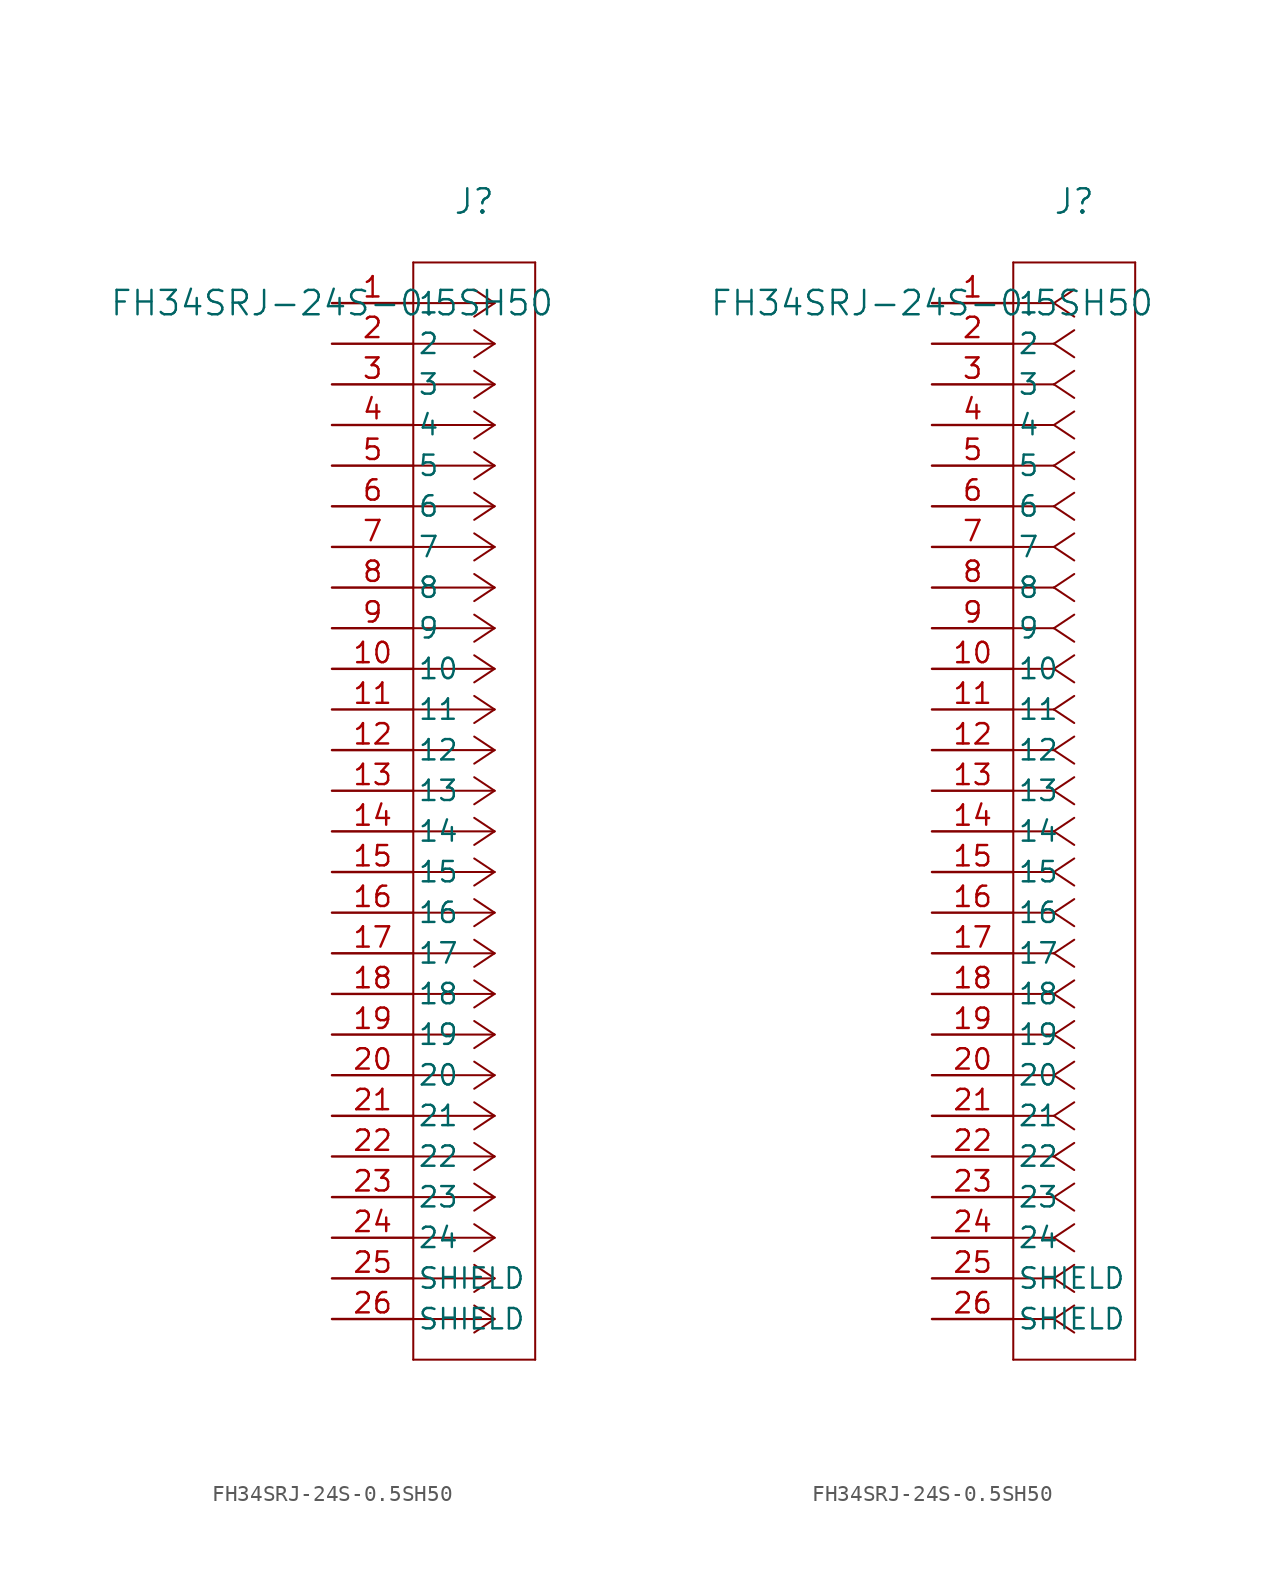
<source format=kicad_sym>
(kicad_symbol_lib
  (version 20211014)
  (generator kicad_symbol_editor)
  (symbol "FH34SRJ-24S-0.5SH50"
    (pin_names
      (offset 0.254))
    (property "Reference" "J"
      (at 8.89 6.35 0)
      (effects (font (size 1.524 1.524))))
    (property "Value" "FH34SRJ-24S-0.5SH50"
      (at 0 0 0)
      (effects (font (size 1.524 1.524))))
    (symbol "FH34SRJ-24S-0.5SH50_1_1"
      (polyline (pts (xy 10.16 0) (xy 5.08 0)) (stroke (width 0.127) (type default) (color 0 0 0 0)) (fill (type none)))
      (polyline (pts (xy 10.16 -2.54) (xy 5.08 -2.54)) (stroke (width 0.127) (type default) (color 0 0 0 0)) (fill (type none)))
      (polyline (pts (xy 10.16 -5.08) (xy 5.08 -5.08)) (stroke (width 0.127) (type default) (color 0 0 0 0)) (fill (type none)))
      (polyline (pts (xy 10.16 -7.62) (xy 5.08 -7.62)) (stroke (width 0.127) (type default) (color 0 0 0 0)) (fill (type none)))
      (polyline (pts (xy 10.16 -10.16) (xy 5.08 -10.16)) (stroke (width 0.127) (type default) (color 0 0 0 0)) (fill (type none)))
      (polyline (pts (xy 10.16 -12.7) (xy 5.08 -12.7)) (stroke (width 0.127) (type default) (color 0 0 0 0)) (fill (type none)))
      (polyline (pts (xy 10.16 -15.24) (xy 5.08 -15.24)) (stroke (width 0.127) (type default) (color 0 0 0 0)) (fill (type none)))
      (polyline (pts (xy 10.16 -17.78) (xy 5.08 -17.78)) (stroke (width 0.127) (type default) (color 0 0 0 0)) (fill (type none)))
      (polyline (pts (xy 10.16 -20.32) (xy 5.08 -20.32)) (stroke (width 0.127) (type default) (color 0 0 0 0)) (fill (type none)))
      (polyline (pts (xy 10.16 -22.86) (xy 5.08 -22.86)) (stroke (width 0.127) (type default) (color 0 0 0 0)) (fill (type none)))
      (polyline (pts (xy 10.16 -25.4) (xy 5.08 -25.4)) (stroke (width 0.127) (type default) (color 0 0 0 0)) (fill (type none)))
      (polyline (pts (xy 10.16 -27.94) (xy 5.08 -27.94)) (stroke (width 0.127) (type default) (color 0 0 0 0)) (fill (type none)))
      (polyline (pts (xy 10.16 -30.48) (xy 5.08 -30.48)) (stroke (width 0.127) (type default) (color 0 0 0 0)) (fill (type none)))
      (polyline (pts (xy 10.16 -33.02) (xy 5.08 -33.02)) (stroke (width 0.127) (type default) (color 0 0 0 0)) (fill (type none)))
      (polyline (pts (xy 10.16 -35.56) (xy 5.08 -35.56)) (stroke (width 0.127) (type default) (color 0 0 0 0)) (fill (type none)))
      (polyline (pts (xy 10.16 -38.1) (xy 5.08 -38.1)) (stroke (width 0.127) (type default) (color 0 0 0 0)) (fill (type none)))
      (polyline (pts (xy 10.16 -40.64) (xy 5.08 -40.64)) (stroke (width 0.127) (type default) (color 0 0 0 0)) (fill (type none)))
      (polyline (pts (xy 10.16 -43.18) (xy 5.08 -43.18)) (stroke (width 0.127) (type default) (color 0 0 0 0)) (fill (type none)))
      (polyline (pts (xy 10.16 -45.72) (xy 5.08 -45.72)) (stroke (width 0.127) (type default) (color 0 0 0 0)) (fill (type none)))
      (polyline (pts (xy 10.16 -48.26) (xy 5.08 -48.26)) (stroke (width 0.127) (type default) (color 0 0 0 0)) (fill (type none)))
      (polyline (pts (xy 10.16 -50.8) (xy 5.08 -50.8)) (stroke (width 0.127) (type default) (color 0 0 0 0)) (fill (type none)))
      (polyline (pts (xy 10.16 -53.34) (xy 5.08 -53.34)) (stroke (width 0.127) (type default) (color 0 0 0 0)) (fill (type none)))
      (polyline (pts (xy 10.16 -55.88) (xy 5.08 -55.88)) (stroke (width 0.127) (type default) (color 0 0 0 0)) (fill (type none)))
      (polyline (pts (xy 10.16 -58.42) (xy 5.08 -58.42)) (stroke (width 0.127) (type default) (color 0 0 0 0)) (fill (type none)))
      (polyline (pts (xy 10.16 -60.96) (xy 5.08 -60.96)) (stroke (width 0.127) (type default) (color 0 0 0 0)) (fill (type none)))
      (polyline (pts (xy 10.16 -63.5) (xy 5.08 -63.5)) (stroke (width 0.127) (type default) (color 0 0 0 0)) (fill (type none)))
      (polyline (pts (xy 10.16 0) (xy 8.89 0.847)) (stroke (width 0.127) (type default) (color 0 0 0 0)) (fill (type none)))
      (polyline (pts (xy 10.16 -2.54) (xy 8.89 -1.693)) (stroke (width 0.127) (type default) (color 0 0 0 0)) (fill (type none)))
      (polyline (pts (xy 10.16 -5.08) (xy 8.89 -4.233)) (stroke (width 0.127) (type default) (color 0 0 0 0)) (fill (type none)))
      (polyline (pts (xy 10.16 -7.62) (xy 8.89 -6.773)) (stroke (width 0.127) (type default) (color 0 0 0 0)) (fill (type none)))
      (polyline (pts (xy 10.16 -10.16) (xy 8.89 -9.313)) (stroke (width 0.127) (type default) (color 0 0 0 0)) (fill (type none)))
      (polyline (pts (xy 10.16 -12.7) (xy 8.89 -11.853)) (stroke (width 0.127) (type default) (color 0 0 0 0)) (fill (type none)))
      (polyline (pts (xy 10.16 -15.24) (xy 8.89 -14.393)) (stroke (width 0.127) (type default) (color 0 0 0 0)) (fill (type none)))
      (polyline (pts (xy 10.16 -17.78) (xy 8.89 -16.933)) (stroke (width 0.127) (type default) (color 0 0 0 0)) (fill (type none)))
      (polyline (pts (xy 10.16 -20.32) (xy 8.89 -19.473)) (stroke (width 0.127) (type default) (color 0 0 0 0)) (fill (type none)))
      (polyline (pts (xy 10.16 -22.86) (xy 8.89 -22.013)) (stroke (width 0.127) (type default) (color 0 0 0 0)) (fill (type none)))
      (polyline (pts (xy 10.16 -25.4) (xy 8.89 -24.553)) (stroke (width 0.127) (type default) (color 0 0 0 0)) (fill (type none)))
      (polyline (pts (xy 10.16 -27.94) (xy 8.89 -27.093)) (stroke (width 0.127) (type default) (color 0 0 0 0)) (fill (type none)))
      (polyline (pts (xy 10.16 -30.48) (xy 8.89 -29.633)) (stroke (width 0.127) (type default) (color 0 0 0 0)) (fill (type none)))
      (polyline (pts (xy 10.16 -33.02) (xy 8.89 -32.173)) (stroke (width 0.127) (type default) (color 0 0 0 0)) (fill (type none)))
      (polyline (pts (xy 10.16 -35.56) (xy 8.89 -34.713)) (stroke (width 0.127) (type default) (color 0 0 0 0)) (fill (type none)))
      (polyline (pts (xy 10.16 -38.1) (xy 8.89 -37.253)) (stroke (width 0.127) (type default) (color 0 0 0 0)) (fill (type none)))
      (polyline (pts (xy 10.16 -40.64) (xy 8.89 -39.793)) (stroke (width 0.127) (type default) (color 0 0 0 0)) (fill (type none)))
      (polyline (pts (xy 10.16 -43.18) (xy 8.89 -42.333)) (stroke (width 0.127) (type default) (color 0 0 0 0)) (fill (type none)))
      (polyline (pts (xy 10.16 -45.72) (xy 8.89 -44.873)) (stroke (width 0.127) (type default) (color 0 0 0 0)) (fill (type none)))
      (polyline (pts (xy 10.16 -48.26) (xy 8.89 -47.413)) (stroke (width 0.127) (type default) (color 0 0 0 0)) (fill (type none)))
      (polyline (pts (xy 10.16 -50.8) (xy 8.89 -49.953)) (stroke (width 0.127) (type default) (color 0 0 0 0)) (fill (type none)))
      (polyline (pts (xy 10.16 -53.34) (xy 8.89 -52.493)) (stroke (width 0.127) (type default) (color 0 0 0 0)) (fill (type none)))
      (polyline (pts (xy 10.16 -55.88) (xy 8.89 -55.033)) (stroke (width 0.127) (type default) (color 0 0 0 0)) (fill (type none)))
      (polyline (pts (xy 10.16 -58.42) (xy 8.89 -57.573)) (stroke (width 0.127) (type default) (color 0 0 0 0)) (fill (type none)))
      (polyline (pts (xy 10.16 -60.96) (xy 8.89 -60.113)) (stroke (width 0.127) (type default) (color 0 0 0 0)) (fill (type none)))
      (polyline (pts (xy 10.16 -63.5) (xy 8.89 -62.653)) (stroke (width 0.127) (type default) (color 0 0 0 0)) (fill (type none)))
      (polyline (pts (xy 10.16 0) (xy 8.89 -0.847)) (stroke (width 0.127) (type default) (color 0 0 0 0)) (fill (type none)))
      (polyline (pts (xy 10.16 -2.54) (xy 8.89 -3.387)) (stroke (width 0.127) (type default) (color 0 0 0 0)) (fill (type none)))
      (polyline (pts (xy 10.16 -5.08) (xy 8.89 -5.927)) (stroke (width 0.127) (type default) (color 0 0 0 0)) (fill (type none)))
      (polyline (pts (xy 10.16 -7.62) (xy 8.89 -8.467)) (stroke (width 0.127) (type default) (color 0 0 0 0)) (fill (type none)))
      (polyline (pts (xy 10.16 -10.16) (xy 8.89 -11.007)) (stroke (width 0.127) (type default) (color 0 0 0 0)) (fill (type none)))
      (polyline (pts (xy 10.16 -12.7) (xy 8.89 -13.547)) (stroke (width 0.127) (type default) (color 0 0 0 0)) (fill (type none)))
      (polyline (pts (xy 10.16 -15.24) (xy 8.89 -16.087)) (stroke (width 0.127) (type default) (color 0 0 0 0)) (fill (type none)))
      (polyline (pts (xy 10.16 -17.78) (xy 8.89 -18.627)) (stroke (width 0.127) (type default) (color 0 0 0 0)) (fill (type none)))
      (polyline (pts (xy 10.16 -20.32) (xy 8.89 -21.167)) (stroke (width 0.127) (type default) (color 0 0 0 0)) (fill (type none)))
      (polyline (pts (xy 10.16 -22.86) (xy 8.89 -23.707)) (stroke (width 0.127) (type default) (color 0 0 0 0)) (fill (type none)))
      (polyline (pts (xy 10.16 -25.4) (xy 8.89 -26.247)) (stroke (width 0.127) (type default) (color 0 0 0 0)) (fill (type none)))
      (polyline (pts (xy 10.16 -27.94) (xy 8.89 -28.787)) (stroke (width 0.127) (type default) (color 0 0 0 0)) (fill (type none)))
      (polyline (pts (xy 10.16 -30.48) (xy 8.89 -31.327)) (stroke (width 0.127) (type default) (color 0 0 0 0)) (fill (type none)))
      (polyline (pts (xy 10.16 -33.02) (xy 8.89 -33.867)) (stroke (width 0.127) (type default) (color 0 0 0 0)) (fill (type none)))
      (polyline (pts (xy 10.16 -35.56) (xy 8.89 -36.407)) (stroke (width 0.127) (type default) (color 0 0 0 0)) (fill (type none)))
      (polyline (pts (xy 10.16 -38.1) (xy 8.89 -38.947)) (stroke (width 0.127) (type default) (color 0 0 0 0)) (fill (type none)))
      (polyline (pts (xy 10.16 -40.64) (xy 8.89 -41.487)) (stroke (width 0.127) (type default) (color 0 0 0 0)) (fill (type none)))
      (polyline (pts (xy 10.16 -43.18) (xy 8.89 -44.027)) (stroke (width 0.127) (type default) (color 0 0 0 0)) (fill (type none)))
      (polyline (pts (xy 10.16 -45.72) (xy 8.89 -46.567)) (stroke (width 0.127) (type default) (color 0 0 0 0)) (fill (type none)))
      (polyline (pts (xy 10.16 -48.26) (xy 8.89 -49.107)) (stroke (width 0.127) (type default) (color 0 0 0 0)) (fill (type none)))
      (polyline (pts (xy 10.16 -50.8) (xy 8.89 -51.647)) (stroke (width 0.127) (type default) (color 0 0 0 0)) (fill (type none)))
      (polyline (pts (xy 10.16 -53.34) (xy 8.89 -54.187)) (stroke (width 0.127) (type default) (color 0 0 0 0)) (fill (type none)))
      (polyline (pts (xy 10.16 -55.88) (xy 8.89 -56.727)) (stroke (width 0.127) (type default) (color 0 0 0 0)) (fill (type none)))
      (polyline (pts (xy 10.16 -58.42) (xy 8.89 -59.267)) (stroke (width 0.127) (type default) (color 0 0 0 0)) (fill (type none)))
      (polyline (pts (xy 10.16 -60.96) (xy 8.89 -61.807)) (stroke (width 0.127) (type default) (color 0 0 0 0)) (fill (type none)))
      (polyline (pts (xy 10.16 -63.5) (xy 8.89 -64.347)) (stroke (width 0.127) (type default) (color 0 0 0 0)) (fill (type none)))
      (polyline (pts (xy 5.08 2.54) (xy 5.08 -66.04)) (stroke (width 0.127) (type default) (color 0 0 0 0)) (fill (type none)))
      (polyline (pts (xy 5.08 -66.04) (xy 12.7 -66.04)) (stroke (width 0.127) (type default) (color 0 0 0 0)) (fill (type none)))
      (polyline (pts (xy 12.7 -66.04) (xy 12.7 2.54)) (stroke (width 0.127) (type default) (color 0 0 0 0)) (fill (type none)))
      (polyline (pts (xy 12.7 2.54) (xy 5.08 2.54)) (stroke (width 0.127) (type default) (color 0 0 0 0)) (fill (type none)))
      (pin unspecified line (at 0 0 0) (length 5.08) (name "1" (effects (font (size 1.27 1.27)))) (number "1" (effects (font (size 1.27 1.27)))))
      (pin unspecified line (at 0 -2.54 0) (length 5.08) (name "2" (effects (font (size 1.27 1.27)))) (number "2" (effects (font (size 1.27 1.27)))))
      (pin unspecified line (at 0 -5.08 0) (length 5.08) (name "3" (effects (font (size 1.27 1.27)))) (number "3" (effects (font (size 1.27 1.27)))))
      (pin unspecified line (at 0 -7.62 0) (length 5.08) (name "4" (effects (font (size 1.27 1.27)))) (number "4" (effects (font (size 1.27 1.27)))))
      (pin unspecified line (at 0 -10.16 0) (length 5.08) (name "5" (effects (font (size 1.27 1.27)))) (number "5" (effects (font (size 1.27 1.27)))))
      (pin unspecified line (at 0 -12.7 0) (length 5.08) (name "6" (effects (font (size 1.27 1.27)))) (number "6" (effects (font (size 1.27 1.27)))))
      (pin unspecified line (at 0 -15.24 0) (length 5.08) (name "7" (effects (font (size 1.27 1.27)))) (number "7" (effects (font (size 1.27 1.27)))))
      (pin unspecified line (at 0 -17.78 0) (length 5.08) (name "8" (effects (font (size 1.27 1.27)))) (number "8" (effects (font (size 1.27 1.27)))))
      (pin unspecified line (at 0 -20.32 0) (length 5.08) (name "9" (effects (font (size 1.27 1.27)))) (number "9" (effects (font (size 1.27 1.27)))))
      (pin unspecified line (at 0 -22.86 0) (length 5.08) (name "10" (effects (font (size 1.27 1.27)))) (number "10" (effects (font (size 1.27 1.27)))))
      (pin unspecified line (at 0 -25.4 0) (length 5.08) (name "11" (effects (font (size 1.27 1.27)))) (number "11" (effects (font (size 1.27 1.27)))))
      (pin unspecified line (at 0 -27.94 0) (length 5.08) (name "12" (effects (font (size 1.27 1.27)))) (number "12" (effects (font (size 1.27 1.27)))))
      (pin unspecified line (at 0 -30.48 0) (length 5.08) (name "13" (effects (font (size 1.27 1.27)))) (number "13" (effects (font (size 1.27 1.27)))))
      (pin unspecified line (at 0 -33.02 0) (length 5.08) (name "14" (effects (font (size 1.27 1.27)))) (number "14" (effects (font (size 1.27 1.27)))))
      (pin unspecified line (at 0 -35.56 0) (length 5.08) (name "15" (effects (font (size 1.27 1.27)))) (number "15" (effects (font (size 1.27 1.27)))))
      (pin unspecified line (at 0 -38.1 0) (length 5.08) (name "16" (effects (font (size 1.27 1.27)))) (number "16" (effects (font (size 1.27 1.27)))))
      (pin unspecified line (at 0 -40.64 0) (length 5.08) (name "17" (effects (font (size 1.27 1.27)))) (number "17" (effects (font (size 1.27 1.27)))))
      (pin unspecified line (at 0 -43.18 0) (length 5.08) (name "18" (effects (font (size 1.27 1.27)))) (number "18" (effects (font (size 1.27 1.27)))))
      (pin unspecified line (at 0 -45.72 0) (length 5.08) (name "19" (effects (font (size 1.27 1.27)))) (number "19" (effects (font (size 1.27 1.27)))))
      (pin unspecified line (at 0 -48.26 0) (length 5.08) (name "20" (effects (font (size 1.27 1.27)))) (number "20" (effects (font (size 1.27 1.27)))))
      (pin unspecified line (at 0 -50.8 0) (length 5.08) (name "21" (effects (font (size 1.27 1.27)))) (number "21" (effects (font (size 1.27 1.27)))))
      (pin unspecified line (at 0 -53.34 0) (length 5.08) (name "22" (effects (font (size 1.27 1.27)))) (number "22" (effects (font (size 1.27 1.27)))))
      (pin unspecified line (at 0 -55.88 0) (length 5.08) (name "23" (effects (font (size 1.27 1.27)))) (number "23" (effects (font (size 1.27 1.27)))))
      (pin unspecified line (at 0 -58.42 0) (length 5.08) (name "24" (effects (font (size 1.27 1.27)))) (number "24" (effects (font (size 1.27 1.27)))))
      (pin unspecified line (at 0 -60.96 0) (length 5.08) (name "SHIELD" (effects (font (size 1.27 1.27)))) (number "25" (effects (font (size 1.27 1.27)))))
      (pin unspecified line (at 0 -63.5 0) (length 5.08) (name "SHIELD" (effects (font (size 1.27 1.27)))) (number "26" (effects (font (size 1.27 1.27))))))
    (symbol "FH34SRJ-24S-0.5SH50_1_2"
      (polyline (pts (xy 7.62 0) (xy 5.08 0)) (stroke (width 0.127) (type default) (color 0 0 0 0)) (fill (type none)))
      (polyline (pts (xy 7.62 -2.54) (xy 5.08 -2.54)) (stroke (width 0.127) (type default) (color 0 0 0 0)) (fill (type none)))
      (polyline (pts (xy 7.62 -5.08) (xy 5.08 -5.08)) (stroke (width 0.127) (type default) (color 0 0 0 0)) (fill (type none)))
      (polyline (pts (xy 7.62 -7.62) (xy 5.08 -7.62)) (stroke (width 0.127) (type default) (color 0 0 0 0)) (fill (type none)))
      (polyline (pts (xy 7.62 -10.16) (xy 5.08 -10.16)) (stroke (width 0.127) (type default) (color 0 0 0 0)) (fill (type none)))
      (polyline (pts (xy 7.62 -12.7) (xy 5.08 -12.7)) (stroke (width 0.127) (type default) (color 0 0 0 0)) (fill (type none)))
      (polyline (pts (xy 7.62 -15.24) (xy 5.08 -15.24)) (stroke (width 0.127) (type default) (color 0 0 0 0)) (fill (type none)))
      (polyline (pts (xy 7.62 -17.78) (xy 5.08 -17.78)) (stroke (width 0.127) (type default) (color 0 0 0 0)) (fill (type none)))
      (polyline (pts (xy 7.62 -20.32) (xy 5.08 -20.32)) (stroke (width 0.127) (type default) (color 0 0 0 0)) (fill (type none)))
      (polyline (pts (xy 7.62 -22.86) (xy 5.08 -22.86)) (stroke (width 0.127) (type default) (color 0 0 0 0)) (fill (type none)))
      (polyline (pts (xy 7.62 -25.4) (xy 5.08 -25.4)) (stroke (width 0.127) (type default) (color 0 0 0 0)) (fill (type none)))
      (polyline (pts (xy 7.62 -27.94) (xy 5.08 -27.94)) (stroke (width 0.127) (type default) (color 0 0 0 0)) (fill (type none)))
      (polyline (pts (xy 7.62 -30.48) (xy 5.08 -30.48)) (stroke (width 0.127) (type default) (color 0 0 0 0)) (fill (type none)))
      (polyline (pts (xy 7.62 -33.02) (xy 5.08 -33.02)) (stroke (width 0.127) (type default) (color 0 0 0 0)) (fill (type none)))
      (polyline (pts (xy 7.62 -35.56) (xy 5.08 -35.56)) (stroke (width 0.127) (type default) (color 0 0 0 0)) (fill (type none)))
      (polyline (pts (xy 7.62 -38.1) (xy 5.08 -38.1)) (stroke (width 0.127) (type default) (color 0 0 0 0)) (fill (type none)))
      (polyline (pts (xy 7.62 -40.64) (xy 5.08 -40.64)) (stroke (width 0.127) (type default) (color 0 0 0 0)) (fill (type none)))
      (polyline (pts (xy 7.62 -43.18) (xy 5.08 -43.18)) (stroke (width 0.127) (type default) (color 0 0 0 0)) (fill (type none)))
      (polyline (pts (xy 7.62 -45.72) (xy 5.08 -45.72)) (stroke (width 0.127) (type default) (color 0 0 0 0)) (fill (type none)))
      (polyline (pts (xy 7.62 -48.26) (xy 5.08 -48.26)) (stroke (width 0.127) (type default) (color 0 0 0 0)) (fill (type none)))
      (polyline (pts (xy 7.62 -50.8) (xy 5.08 -50.8)) (stroke (width 0.127) (type default) (color 0 0 0 0)) (fill (type none)))
      (polyline (pts (xy 7.62 -53.34) (xy 5.08 -53.34)) (stroke (width 0.127) (type default) (color 0 0 0 0)) (fill (type none)))
      (polyline (pts (xy 7.62 -55.88) (xy 5.08 -55.88)) (stroke (width 0.127) (type default) (color 0 0 0 0)) (fill (type none)))
      (polyline (pts (xy 7.62 -58.42) (xy 5.08 -58.42)) (stroke (width 0.127) (type default) (color 0 0 0 0)) (fill (type none)))
      (polyline (pts (xy 7.62 -60.96) (xy 5.08 -60.96)) (stroke (width 0.127) (type default) (color 0 0 0 0)) (fill (type none)))
      (polyline (pts (xy 7.62 -63.5) (xy 5.08 -63.5)) (stroke (width 0.127) (type default) (color 0 0 0 0)) (fill (type none)))
      (polyline (pts (xy 7.62 0) (xy 8.89 0.847)) (stroke (width 0.127) (type default) (color 0 0 0 0)) (fill (type none)))
      (polyline (pts (xy 7.62 -2.54) (xy 8.89 -1.693)) (stroke (width 0.127) (type default) (color 0 0 0 0)) (fill (type none)))
      (polyline (pts (xy 7.62 -5.08) (xy 8.89 -4.233)) (stroke (width 0.127) (type default) (color 0 0 0 0)) (fill (type none)))
      (polyline (pts (xy 7.62 -7.62) (xy 8.89 -6.773)) (stroke (width 0.127) (type default) (color 0 0 0 0)) (fill (type none)))
      (polyline (pts (xy 7.62 -10.16) (xy 8.89 -9.313)) (stroke (width 0.127) (type default) (color 0 0 0 0)) (fill (type none)))
      (polyline (pts (xy 7.62 -12.7) (xy 8.89 -11.853)) (stroke (width 0.127) (type default) (color 0 0 0 0)) (fill (type none)))
      (polyline (pts (xy 7.62 -15.24) (xy 8.89 -14.393)) (stroke (width 0.127) (type default) (color 0 0 0 0)) (fill (type none)))
      (polyline (pts (xy 7.62 -17.78) (xy 8.89 -16.933)) (stroke (width 0.127) (type default) (color 0 0 0 0)) (fill (type none)))
      (polyline (pts (xy 7.62 -20.32) (xy 8.89 -19.473)) (stroke (width 0.127) (type default) (color 0 0 0 0)) (fill (type none)))
      (polyline (pts (xy 7.62 -22.86) (xy 8.89 -22.013)) (stroke (width 0.127) (type default) (color 0 0 0 0)) (fill (type none)))
      (polyline (pts (xy 7.62 -25.4) (xy 8.89 -24.553)) (stroke (width 0.127) (type default) (color 0 0 0 0)) (fill (type none)))
      (polyline (pts (xy 7.62 -27.94) (xy 8.89 -27.093)) (stroke (width 0.127) (type default) (color 0 0 0 0)) (fill (type none)))
      (polyline (pts (xy 7.62 -30.48) (xy 8.89 -29.633)) (stroke (width 0.127) (type default) (color 0 0 0 0)) (fill (type none)))
      (polyline (pts (xy 7.62 -33.02) (xy 8.89 -32.173)) (stroke (width 0.127) (type default) (color 0 0 0 0)) (fill (type none)))
      (polyline (pts (xy 7.62 -35.56) (xy 8.89 -34.713)) (stroke (width 0.127) (type default) (color 0 0 0 0)) (fill (type none)))
      (polyline (pts (xy 7.62 -38.1) (xy 8.89 -37.253)) (stroke (width 0.127) (type default) (color 0 0 0 0)) (fill (type none)))
      (polyline (pts (xy 7.62 -40.64) (xy 8.89 -39.793)) (stroke (width 0.127) (type default) (color 0 0 0 0)) (fill (type none)))
      (polyline (pts (xy 7.62 -43.18) (xy 8.89 -42.333)) (stroke (width 0.127) (type default) (color 0 0 0 0)) (fill (type none)))
      (polyline (pts (xy 7.62 -45.72) (xy 8.89 -44.873)) (stroke (width 0.127) (type default) (color 0 0 0 0)) (fill (type none)))
      (polyline (pts (xy 7.62 -48.26) (xy 8.89 -47.413)) (stroke (width 0.127) (type default) (color 0 0 0 0)) (fill (type none)))
      (polyline (pts (xy 7.62 -50.8) (xy 8.89 -49.953)) (stroke (width 0.127) (type default) (color 0 0 0 0)) (fill (type none)))
      (polyline (pts (xy 7.62 -53.34) (xy 8.89 -52.493)) (stroke (width 0.127) (type default) (color 0 0 0 0)) (fill (type none)))
      (polyline (pts (xy 7.62 -55.88) (xy 8.89 -55.033)) (stroke (width 0.127) (type default) (color 0 0 0 0)) (fill (type none)))
      (polyline (pts (xy 7.62 -58.42) (xy 8.89 -57.573)) (stroke (width 0.127) (type default) (color 0 0 0 0)) (fill (type none)))
      (polyline (pts (xy 7.62 -60.96) (xy 8.89 -60.113)) (stroke (width 0.127) (type default) (color 0 0 0 0)) (fill (type none)))
      (polyline (pts (xy 7.62 -63.5) (xy 8.89 -62.653)) (stroke (width 0.127) (type default) (color 0 0 0 0)) (fill (type none)))
      (polyline (pts (xy 7.62 0) (xy 8.89 -0.847)) (stroke (width 0.127) (type default) (color 0 0 0 0)) (fill (type none)))
      (polyline (pts (xy 7.62 -2.54) (xy 8.89 -3.387)) (stroke (width 0.127) (type default) (color 0 0 0 0)) (fill (type none)))
      (polyline (pts (xy 7.62 -5.08) (xy 8.89 -5.927)) (stroke (width 0.127) (type default) (color 0 0 0 0)) (fill (type none)))
      (polyline (pts (xy 7.62 -7.62) (xy 8.89 -8.467)) (stroke (width 0.127) (type default) (color 0 0 0 0)) (fill (type none)))
      (polyline (pts (xy 7.62 -10.16) (xy 8.89 -11.007)) (stroke (width 0.127) (type default) (color 0 0 0 0)) (fill (type none)))
      (polyline (pts (xy 7.62 -12.7) (xy 8.89 -13.547)) (stroke (width 0.127) (type default) (color 0 0 0 0)) (fill (type none)))
      (polyline (pts (xy 7.62 -15.24) (xy 8.89 -16.087)) (stroke (width 0.127) (type default) (color 0 0 0 0)) (fill (type none)))
      (polyline (pts (xy 7.62 -17.78) (xy 8.89 -18.627)) (stroke (width 0.127) (type default) (color 0 0 0 0)) (fill (type none)))
      (polyline (pts (xy 7.62 -20.32) (xy 8.89 -21.167)) (stroke (width 0.127) (type default) (color 0 0 0 0)) (fill (type none)))
      (polyline (pts (xy 7.62 -22.86) (xy 8.89 -23.707)) (stroke (width 0.127) (type default) (color 0 0 0 0)) (fill (type none)))
      (polyline (pts (xy 7.62 -25.4) (xy 8.89 -26.247)) (stroke (width 0.127) (type default) (color 0 0 0 0)) (fill (type none)))
      (polyline (pts (xy 7.62 -27.94) (xy 8.89 -28.787)) (stroke (width 0.127) (type default) (color 0 0 0 0)) (fill (type none)))
      (polyline (pts (xy 7.62 -30.48) (xy 8.89 -31.327)) (stroke (width 0.127) (type default) (color 0 0 0 0)) (fill (type none)))
      (polyline (pts (xy 7.62 -33.02) (xy 8.89 -33.867)) (stroke (width 0.127) (type default) (color 0 0 0 0)) (fill (type none)))
      (polyline (pts (xy 7.62 -35.56) (xy 8.89 -36.407)) (stroke (width 0.127) (type default) (color 0 0 0 0)) (fill (type none)))
      (polyline (pts (xy 7.62 -38.1) (xy 8.89 -38.947)) (stroke (width 0.127) (type default) (color 0 0 0 0)) (fill (type none)))
      (polyline (pts (xy 7.62 -40.64) (xy 8.89 -41.487)) (stroke (width 0.127) (type default) (color 0 0 0 0)) (fill (type none)))
      (polyline (pts (xy 7.62 -43.18) (xy 8.89 -44.027)) (stroke (width 0.127) (type default) (color 0 0 0 0)) (fill (type none)))
      (polyline (pts (xy 7.62 -45.72) (xy 8.89 -46.567)) (stroke (width 0.127) (type default) (color 0 0 0 0)) (fill (type none)))
      (polyline (pts (xy 7.62 -48.26) (xy 8.89 -49.107)) (stroke (width 0.127) (type default) (color 0 0 0 0)) (fill (type none)))
      (polyline (pts (xy 7.62 -50.8) (xy 8.89 -51.647)) (stroke (width 0.127) (type default) (color 0 0 0 0)) (fill (type none)))
      (polyline (pts (xy 7.62 -53.34) (xy 8.89 -54.187)) (stroke (width 0.127) (type default) (color 0 0 0 0)) (fill (type none)))
      (polyline (pts (xy 7.62 -55.88) (xy 8.89 -56.727)) (stroke (width 0.127) (type default) (color 0 0 0 0)) (fill (type none)))
      (polyline (pts (xy 7.62 -58.42) (xy 8.89 -59.267)) (stroke (width 0.127) (type default) (color 0 0 0 0)) (fill (type none)))
      (polyline (pts (xy 7.62 -60.96) (xy 8.89 -61.807)) (stroke (width 0.127) (type default) (color 0 0 0 0)) (fill (type none)))
      (polyline (pts (xy 7.62 -63.5) (xy 8.89 -64.347)) (stroke (width 0.127) (type default) (color 0 0 0 0)) (fill (type none)))
      (polyline (pts (xy 5.08 2.54) (xy 5.08 -66.04)) (stroke (width 0.127) (type default) (color 0 0 0 0)) (fill (type none)))
      (polyline (pts (xy 5.08 -66.04) (xy 12.7 -66.04)) (stroke (width 0.127) (type default) (color 0 0 0 0)) (fill (type none)))
      (polyline (pts (xy 12.7 -66.04) (xy 12.7 2.54)) (stroke (width 0.127) (type default) (color 0 0 0 0)) (fill (type none)))
      (polyline (pts (xy 12.7 2.54) (xy 5.08 2.54)) (stroke (width 0.127) (type default) (color 0 0 0 0)) (fill (type none)))
      (pin unspecified line (at 0 0 0) (length 5.08) (name "1" (effects (font (size 1.27 1.27)))) (number "1" (effects (font (size 1.27 1.27)))))
      (pin unspecified line (at 0 -2.54 0) (length 5.08) (name "2" (effects (font (size 1.27 1.27)))) (number "2" (effects (font (size 1.27 1.27)))))
      (pin unspecified line (at 0 -5.08 0) (length 5.08) (name "3" (effects (font (size 1.27 1.27)))) (number "3" (effects (font (size 1.27 1.27)))))
      (pin unspecified line (at 0 -7.62 0) (length 5.08) (name "4" (effects (font (size 1.27 1.27)))) (number "4" (effects (font (size 1.27 1.27)))))
      (pin unspecified line (at 0 -10.16 0) (length 5.08) (name "5" (effects (font (size 1.27 1.27)))) (number "5" (effects (font (size 1.27 1.27)))))
      (pin unspecified line (at 0 -12.7 0) (length 5.08) (name "6" (effects (font (size 1.27 1.27)))) (number "6" (effects (font (size 1.27 1.27)))))
      (pin unspecified line (at 0 -15.24 0) (length 5.08) (name "7" (effects (font (size 1.27 1.27)))) (number "7" (effects (font (size 1.27 1.27)))))
      (pin unspecified line (at 0 -17.78 0) (length 5.08) (name "8" (effects (font (size 1.27 1.27)))) (number "8" (effects (font (size 1.27 1.27)))))
      (pin unspecified line (at 0 -20.32 0) (length 5.08) (name "9" (effects (font (size 1.27 1.27)))) (number "9" (effects (font (size 1.27 1.27)))))
      (pin unspecified line (at 0 -22.86 0) (length 5.08) (name "10" (effects (font (size 1.27 1.27)))) (number "10" (effects (font (size 1.27 1.27)))))
      (pin unspecified line (at 0 -25.4 0) (length 5.08) (name "11" (effects (font (size 1.27 1.27)))) (number "11" (effects (font (size 1.27 1.27)))))
      (pin unspecified line (at 0 -27.94 0) (length 5.08) (name "12" (effects (font (size 1.27 1.27)))) (number "12" (effects (font (size 1.27 1.27)))))
      (pin unspecified line (at 0 -30.48 0) (length 5.08) (name "13" (effects (font (size 1.27 1.27)))) (number "13" (effects (font (size 1.27 1.27)))))
      (pin unspecified line (at 0 -33.02 0) (length 5.08) (name "14" (effects (font (size 1.27 1.27)))) (number "14" (effects (font (size 1.27 1.27)))))
      (pin unspecified line (at 0 -35.56 0) (length 5.08) (name "15" (effects (font (size 1.27 1.27)))) (number "15" (effects (font (size 1.27 1.27)))))
      (pin unspecified line (at 0 -38.1 0) (length 5.08) (name "16" (effects (font (size 1.27 1.27)))) (number "16" (effects (font (size 1.27 1.27)))))
      (pin unspecified line (at 0 -40.64 0) (length 5.08) (name "17" (effects (font (size 1.27 1.27)))) (number "17" (effects (font (size 1.27 1.27)))))
      (pin unspecified line (at 0 -43.18 0) (length 5.08) (name "18" (effects (font (size 1.27 1.27)))) (number "18" (effects (font (size 1.27 1.27)))))
      (pin unspecified line (at 0 -45.72 0) (length 5.08) (name "19" (effects (font (size 1.27 1.27)))) (number "19" (effects (font (size 1.27 1.27)))))
      (pin unspecified line (at 0 -48.26 0) (length 5.08) (name "20" (effects (font (size 1.27 1.27)))) (number "20" (effects (font (size 1.27 1.27)))))
      (pin unspecified line (at 0 -50.8 0) (length 5.08) (name "21" (effects (font (size 1.27 1.27)))) (number "21" (effects (font (size 1.27 1.27)))))
      (pin unspecified line (at 0 -53.34 0) (length 5.08) (name "22" (effects (font (size 1.27 1.27)))) (number "22" (effects (font (size 1.27 1.27)))))
      (pin unspecified line (at 0 -55.88 0) (length 5.08) (name "23" (effects (font (size 1.27 1.27)))) (number "23" (effects (font (size 1.27 1.27)))))
      (pin unspecified line (at 0 -58.42 0) (length 5.08) (name "24" (effects (font (size 1.27 1.27)))) (number "24" (effects (font (size 1.27 1.27)))))
      (pin unspecified line (at 0 -60.96 0) (length 5.08) (name "SHIELD" (effects (font (size 1.27 1.27)))) (number "25" (effects (font (size 1.27 1.27)))))
      (pin unspecified line (at 0 -63.5 0) (length 5.08) (name "SHIELD" (effects (font (size 1.27 1.27)))) (number "26" (effects (font (size 1.27 1.27))))))))
</source>
